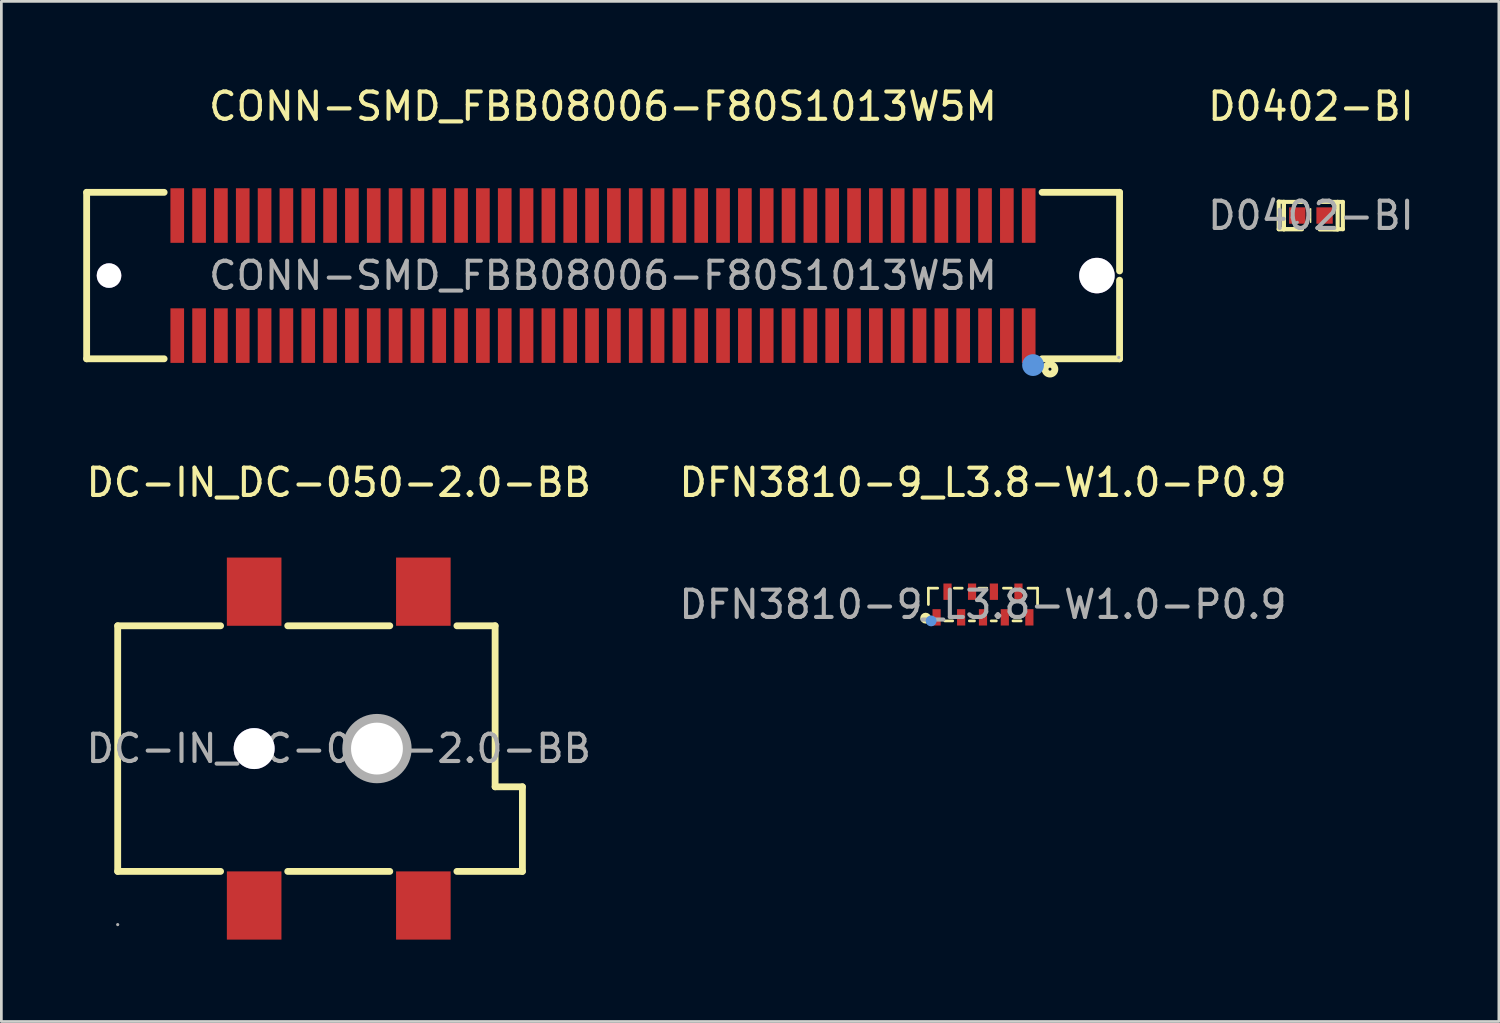
<source format=kicad_pcb>
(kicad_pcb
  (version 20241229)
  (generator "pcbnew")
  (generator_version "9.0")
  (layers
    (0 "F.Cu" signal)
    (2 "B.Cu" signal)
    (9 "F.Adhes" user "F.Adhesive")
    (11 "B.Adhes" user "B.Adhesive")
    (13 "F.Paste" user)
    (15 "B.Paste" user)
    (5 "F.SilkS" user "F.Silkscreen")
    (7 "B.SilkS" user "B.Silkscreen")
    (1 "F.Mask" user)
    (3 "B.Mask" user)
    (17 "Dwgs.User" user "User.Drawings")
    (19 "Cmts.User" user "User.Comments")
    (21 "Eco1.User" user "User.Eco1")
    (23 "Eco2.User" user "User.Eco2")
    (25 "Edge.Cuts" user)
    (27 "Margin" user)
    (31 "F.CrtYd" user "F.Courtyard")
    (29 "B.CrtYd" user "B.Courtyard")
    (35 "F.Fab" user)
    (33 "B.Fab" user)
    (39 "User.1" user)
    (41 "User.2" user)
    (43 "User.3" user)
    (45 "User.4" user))
  (footprint "DFN3810-9_L3.8-W1.0-P0.9"
    (layer "F.Cu")
    (at 32.97 19.102)
    (property "Reference" "DFN3810-9_L3.8-W1.0-P0.9" (at 0 -4.47 0) (layer "F.SilkS") (effects (font (size 1 1) (thickness 0.15))))
    (attr smd)
    (fp_line (start -2 -0.6) (end -1.66 -0.6) (stroke (width 0.1) (type solid)) (layer "F.SilkS"))
    (fp_line (start -2 0) (end -2 -0.6) (stroke (width 0.1) (type solid)) (layer "F.SilkS"))
    (fp_line (start -1.4 0.6) (end -1.11 0.6) (stroke (width 0.1) (type solid)) (layer "F.SilkS"))
    (fp_line (start -1.05 -0.6) (end -0.76 -0.6) (stroke (width 0.1) (type solid)) (layer "F.SilkS"))
    (fp_line (start -0.5 0.6) (end -0.31 0.6) (stroke (width 0.1) (type solid)) (layer "F.SilkS"))
    (fp_line (start -0.15 -0.6) (end 0.14 -0.6) (stroke (width 0.1) (type solid)) (layer "F.SilkS"))
    (fp_line (start 0.3 0.6) (end 0.49 0.6) (stroke (width 0.1) (type solid)) (layer "F.SilkS"))
    (fp_line (start 0.75 -0.6) (end 1.04 -0.6) (stroke (width 0.1) (type solid)) (layer "F.SilkS"))
    (fp_line (start 1.1 0.6) (end 1.4 0.6) (stroke (width 0.1) (type solid)) (layer "F.SilkS"))
    (fp_line (start 1.65 -0.6) (end 2 -0.6) (stroke (width 0.1) (type solid)) (layer "F.SilkS"))
    (fp_line (start 2 -0.6) (end 2 0) (stroke (width 0.1) (type solid)) (layer "F.SilkS"))
    (fp_circle (center -2.1 0.5) (end -2 0.5) (stroke (width 0.2) (type solid)) (fill no) (layer "F.SilkS"))
    (fp_circle (center -1.9 0.6) (end -1.8 0.6) (stroke (width 0.2) (type solid)) (fill no) (layer "Cmts.User"))
    (fp_circle (center -1.93 0.52) (end -1.9 0.52) (stroke (width 0.06) (type solid)) (fill no) (layer "F.Fab"))
    (fp_text user "${REFERENCE}" (at 0 0 0) (layer "F.Fab") (effects (font (size 1 1) (thickness 0.15))))
    (pad "1" smd rect (at -1.7 0.47) (size 0.3 0.6) (layers "F.Cu" "F.Mask" "F.Paste"))
    (pad "2" smd rect (at -0.8 0.47) (size 0.3 0.6) (layers "F.Cu" "F.Mask" "F.Paste"))
    (pad "3" smd rect (at 0 0.47) (size 0.3 0.6) (layers "F.Cu" "F.Mask" "F.Paste"))
    (pad "4" smd rect (at 0.8 0.47) (size 0.3 0.6) (layers "F.Cu" "F.Mask" "F.Paste"))
    (pad "5" smd rect (at 1.7 0.47) (size 0.3 0.6) (layers "F.Cu" "F.Mask" "F.Paste"))
    (pad "6" smd rect (at 1.3 -0.47) (size 0.3 0.6) (layers "F.Cu" "F.Mask" "F.Paste"))
    (pad "7" smd rect (at 0.4 -0.47) (size 0.3 0.6) (layers "F.Cu" "F.Mask" "F.Paste"))
    (pad "8" smd rect (at -0.4 -0.47) (size 0.3 0.6) (layers "F.Cu" "F.Mask" "F.Paste"))
    (pad "9" smd rect (at -1.3 -0.47) (size 0.3 0.6) (layers "F.Cu" "F.Mask" "F.Paste")))
  (footprint "CONN-SMD_FBB08006-F80S1013W5M"
    (layer "F.Cu")
    (at 19.045 7.048)
    (property "Reference" "CONN-SMD_FBB08006-F80S1013W5M" (at 0 -6.2 0) (layer "F.SilkS") (effects (font (size 1 1) (thickness 0.15))))
    (attr through_hole)
    (fp_line (start -18.92 -3.05) (end -16.08 -3.05) (stroke (width 0.25) (type solid)) (layer "F.SilkS"))
    (fp_line (start -18.92 3.05) (end -18.92 -3.05) (stroke (width 0.25) (type solid)) (layer "F.SilkS"))
    (fp_line (start -16.08 3.05) (end -18.92 3.05) (stroke (width 0.25) (type solid)) (layer "F.SilkS"))
    (fp_line (start 16.09 -3.05) (end 18.93 -3.05) (stroke (width 0.25) (type solid)) (layer "F.SilkS"))
    (fp_line (start 18.93 -3.05) (end 18.93 -0.17) (stroke (width 0.25) (type solid)) (layer "F.SilkS"))
    (fp_line (start 18.93 0.17) (end 18.93 3.05) (stroke (width 0.25) (type solid)) (layer "F.SilkS"))
    (fp_line (start 18.93 3.05) (end 16.09 3.05) (stroke (width 0.25) (type solid)) (layer "F.SilkS"))
    (fp_circle (center 16.38 3.43) (end 16.2 3.43) (stroke (width 0.25) (type solid)) (fill no) (layer "F.SilkS"))
    (fp_circle (center -18.1 0) (end -18.28 0) (stroke (width 0.35) (type solid)) (fill no) (layer "Cmts.User"))
    (fp_circle (center 15.76 3.28) (end 15.56 3.28) (stroke (width 0.4) (type solid)) (fill no) (layer "Cmts.User"))
    (fp_circle (center 18.1 0) (end 17.82 0) (stroke (width 0.55) (type solid)) (fill no) (layer "Cmts.User"))
    (fp_circle (center 18.9 3) (end 18.87 3) (stroke (width 0.06) (type solid)) (fill no) (layer "F.Fab"))
    (fp_text user "${REFERENCE}" (at 0 0 0) (layer "F.Fab") (effects (font (size 1 1) (thickness 0.15))))
    (pad "" thru_hole circle (at -18.1 0) (size 0.9 0.9) (drill 0.9) (layers "*.Cu" "*.Mask"))
    (pad "" thru_hole circle (at 18.1 0) (size 1.3 1.3) (drill 1.3) (layers "*.Cu" "*.Mask"))
    (pad "1" smd rect (at 15.6 2.2 180) (size 0.5 2) (layers "F.Cu" "F.Mask" "F.Paste"))
    (pad "2" smd rect (at 15.6 -2.2 180) (size 0.5 2) (layers "F.Cu" "F.Mask" "F.Paste"))
    (pad "3" smd rect (at 14.8 2.2 180) (size 0.5 2) (layers "F.Cu" "F.Mask" "F.Paste"))
    (pad "4" smd rect (at 14.8 -2.2 180) (size 0.5 2) (layers "F.Cu" "F.Mask" "F.Paste"))
    (pad "5" smd rect (at 14 2.2 180) (size 0.5 2) (layers "F.Cu" "F.Mask" "F.Paste"))
    (pad "6" smd rect (at 14 -2.2 180) (size 0.5 2) (layers "F.Cu" "F.Mask" "F.Paste"))
    (pad "7" smd rect (at 13.2 2.2 180) (size 0.5 2) (layers "F.Cu" "F.Mask" "F.Paste"))
    (pad "8" smd rect (at 13.2 -2.2 180) (size 0.5 2) (layers "F.Cu" "F.Mask" "F.Paste"))
    (pad "9" smd rect (at 12.4 2.2 180) (size 0.5 2) (layers "F.Cu" "F.Mask" "F.Paste"))
    (pad "10" smd rect (at 12.4 -2.2 180) (size 0.5 2) (layers "F.Cu" "F.Mask" "F.Paste"))
    (pad "11" smd rect (at 11.6 2.2 180) (size 0.5 2) (layers "F.Cu" "F.Mask" "F.Paste"))
    (pad "12" smd rect (at 11.6 -2.2 180) (size 0.5 2) (layers "F.Cu" "F.Mask" "F.Paste"))
    (pad "13" smd rect (at 10.8 2.2 180) (size 0.5 2) (layers "F.Cu" "F.Mask" "F.Paste"))
    (pad "14" smd rect (at 10.8 -2.2 180) (size 0.5 2) (layers "F.Cu" "F.Mask" "F.Paste"))
    (pad "15" smd rect (at 10 2.2 180) (size 0.5 2) (layers "F.Cu" "F.Mask" "F.Paste"))
    (pad "16" smd rect (at 10 -2.2 180) (size 0.5 2) (layers "F.Cu" "F.Mask" "F.Paste"))
    (pad "17" smd rect (at 9.2 2.2 180) (size 0.5 2) (layers "F.Cu" "F.Mask" "F.Paste"))
    (pad "18" smd rect (at 9.2 -2.2 180) (size 0.5 2) (layers "F.Cu" "F.Mask" "F.Paste"))
    (pad "19" smd rect (at 8.4 2.2 180) (size 0.5 2) (layers "F.Cu" "F.Mask" "F.Paste"))
    (pad "20" smd rect (at 8.4 -2.2 180) (size 0.5 2) (layers "F.Cu" "F.Mask" "F.Paste"))
    (pad "21" smd rect (at 7.6 2.2 180) (size 0.5 2) (layers "F.Cu" "F.Mask" "F.Paste"))
    (pad "22" smd rect (at 7.6 -2.2 180) (size 0.5 2) (layers "F.Cu" "F.Mask" "F.Paste"))
    (pad "23" smd rect (at 6.8 2.2 180) (size 0.5 2) (layers "F.Cu" "F.Mask" "F.Paste"))
    (pad "24" smd rect (at 6.8 -2.2 180) (size 0.5 2) (layers "F.Cu" "F.Mask" "F.Paste"))
    (pad "25" smd rect (at 6 2.2 180) (size 0.5 2) (layers "F.Cu" "F.Mask" "F.Paste"))
    (pad "26" smd rect (at 6 -2.2 180) (size 0.5 2) (layers "F.Cu" "F.Mask" "F.Paste"))
    (pad "27" smd rect (at 5.2 2.2 180) (size 0.5 2) (layers "F.Cu" "F.Mask" "F.Paste"))
    (pad "28" smd rect (at 5.2 -2.2 180) (size 0.5 2) (layers "F.Cu" "F.Mask" "F.Paste"))
    (pad "29" smd rect (at 4.4 2.2 180) (size 0.5 2) (layers "F.Cu" "F.Mask" "F.Paste"))
    (pad "30" smd rect (at 4.4 -2.2 180) (size 0.5 2) (layers "F.Cu" "F.Mask" "F.Paste"))
    (pad "31" smd rect (at 3.6 2.2 180) (size 0.5 2) (layers "F.Cu" "F.Mask" "F.Paste"))
    (pad "32" smd rect (at 3.6 -2.2 180) (size 0.5 2) (layers "F.Cu" "F.Mask" "F.Paste"))
    (pad "33" smd rect (at 2.8 2.2 180) (size 0.5 2) (layers "F.Cu" "F.Mask" "F.Paste"))
    (pad "34" smd rect (at 2.8 -2.2 180) (size 0.5 2) (layers "F.Cu" "F.Mask" "F.Paste"))
    (pad "35" smd rect (at 2 2.2 180) (size 0.5 2) (layers "F.Cu" "F.Mask" "F.Paste"))
    (pad "36" smd rect (at 2 -2.2 180) (size 0.5 2) (layers "F.Cu" "F.Mask" "F.Paste"))
    (pad "37" smd rect (at 1.2 2.2 180) (size 0.5 2) (layers "F.Cu" "F.Mask" "F.Paste"))
    (pad "38" smd rect (at 1.2 -2.2 180) (size 0.5 2) (layers "F.Cu" "F.Mask" "F.Paste"))
    (pad "39" smd rect (at 0.4 2.2 180) (size 0.5 2) (layers "F.Cu" "F.Mask" "F.Paste"))
    (pad "40" smd rect (at 0.4 -2.2 180) (size 0.5 2) (layers "F.Cu" "F.Mask" "F.Paste"))
    (pad "41" smd rect (at -0.4 2.2 180) (size 0.5 2) (layers "F.Cu" "F.Mask" "F.Paste"))
    (pad "42" smd rect (at -0.4 -2.2 180) (size 0.5 2) (layers "F.Cu" "F.Mask" "F.Paste"))
    (pad "43" smd rect (at -1.2 2.2 180) (size 0.5 2) (layers "F.Cu" "F.Mask" "F.Paste"))
    (pad "44" smd rect (at -1.2 -2.2 180) (size 0.5 2) (layers "F.Cu" "F.Mask" "F.Paste"))
    (pad "45" smd rect (at -2 2.2 180) (size 0.5 2) (layers "F.Cu" "F.Mask" "F.Paste"))
    (pad "46" smd rect (at -2 -2.2 180) (size 0.5 2) (layers "F.Cu" "F.Mask" "F.Paste"))
    (pad "47" smd rect (at -2.8 2.2 180) (size 0.5 2) (layers "F.Cu" "F.Mask" "F.Paste"))
    (pad "48" smd rect (at -2.8 -2.2 180) (size 0.5 2) (layers "F.Cu" "F.Mask" "F.Paste"))
    (pad "49" smd rect (at -3.6 2.2 180) (size 0.5 2) (layers "F.Cu" "F.Mask" "F.Paste"))
    (pad "50" smd rect (at -3.6 -2.2 180) (size 0.5 2) (layers "F.Cu" "F.Mask" "F.Paste"))
    (pad "51" smd rect (at -4.4 2.2 180) (size 0.5 2) (layers "F.Cu" "F.Mask" "F.Paste"))
    (pad "52" smd rect (at -4.4 -2.2 180) (size 0.5 2) (layers "F.Cu" "F.Mask" "F.Paste"))
    (pad "53" smd rect (at -5.2 2.2 180) (size 0.5 2) (layers "F.Cu" "F.Mask" "F.Paste"))
    (pad "54" smd rect (at -5.2 -2.2 180) (size 0.5 2) (layers "F.Cu" "F.Mask" "F.Paste"))
    (pad "55" smd rect (at -6 2.2 180) (size 0.5 2) (layers "F.Cu" "F.Mask" "F.Paste"))
    (pad "56" smd rect (at -6 -2.2 180) (size 0.5 2) (layers "F.Cu" "F.Mask" "F.Paste"))
    (pad "57" smd rect (at -6.8 2.2 180) (size 0.5 2) (layers "F.Cu" "F.Mask" "F.Paste"))
    (pad "58" smd rect (at -6.8 -2.2 180) (size 0.5 2) (layers "F.Cu" "F.Mask" "F.Paste"))
    (pad "59" smd rect (at -7.6 2.2 180) (size 0.5 2) (layers "F.Cu" "F.Mask" "F.Paste"))
    (pad "60" smd rect (at -7.6 -2.2 180) (size 0.5 2) (layers "F.Cu" "F.Mask" "F.Paste"))
    (pad "61" smd rect (at -8.4 2.2 180) (size 0.5 2) (layers "F.Cu" "F.Mask" "F.Paste"))
    (pad "62" smd rect (at -8.4 -2.2 180) (size 0.5 2) (layers "F.Cu" "F.Mask" "F.Paste"))
    (pad "63" smd rect (at -9.2 2.2 180) (size 0.5 2) (layers "F.Cu" "F.Mask" "F.Paste"))
    (pad "64" smd rect (at -9.2 -2.2 180) (size 0.5 2) (layers "F.Cu" "F.Mask" "F.Paste"))
    (pad "65" smd rect (at -10 2.2 180) (size 0.5 2) (layers "F.Cu" "F.Mask" "F.Paste"))
    (pad "66" smd rect (at -10 -2.2 180) (size 0.5 2) (layers "F.Cu" "F.Mask" "F.Paste"))
    (pad "67" smd rect (at -10.8 2.2 180) (size 0.5 2) (layers "F.Cu" "F.Mask" "F.Paste"))
    (pad "68" smd rect (at -10.8 -2.2 180) (size 0.5 2) (layers "F.Cu" "F.Mask" "F.Paste"))
    (pad "69" smd rect (at -11.6 2.2 180) (size 0.5 2) (layers "F.Cu" "F.Mask" "F.Paste"))
    (pad "70" smd rect (at -11.6 -2.2 180) (size 0.5 2) (layers "F.Cu" "F.Mask" "F.Paste"))
    (pad "71" smd rect (at -12.4 2.2 180) (size 0.5 2) (layers "F.Cu" "F.Mask" "F.Paste"))
    (pad "72" smd rect (at -12.4 -2.2 180) (size 0.5 2) (layers "F.Cu" "F.Mask" "F.Paste"))
    (pad "73" smd rect (at -13.2 2.2 180) (size 0.5 2) (layers "F.Cu" "F.Mask" "F.Paste"))
    (pad "74" smd rect (at -13.2 -2.2 180) (size 0.5 2) (layers "F.Cu" "F.Mask" "F.Paste"))
    (pad "75" smd rect (at -14 2.2 180) (size 0.5 2) (layers "F.Cu" "F.Mask" "F.Paste"))
    (pad "76" smd rect (at -14 -2.2 180) (size 0.5 2) (layers "F.Cu" "F.Mask" "F.Paste"))
    (pad "77" smd rect (at -14.8 2.2 180) (size 0.5 2) (layers "F.Cu" "F.Mask" "F.Paste"))
    (pad "78" smd rect (at -14.8 -2.2 180) (size 0.5 2) (layers "F.Cu" "F.Mask" "F.Paste"))
    (pad "79" smd rect (at -15.6 2.2 180) (size 0.5 2) (layers "F.Cu" "F.Mask" "F.Paste"))
    (pad "80" smd rect (at -15.6 -2.2 180) (size 0.5 2) (layers "F.Cu" "F.Mask" "F.Paste")))
  (footprint "D0402-BI"
    (layer "F.Cu")
    (at 44.987 4.848)
    (property "Reference" "D0402-BI" (at 0 -4 0) (layer "F.SilkS") (effects (font (size 1 1) (thickness 0.15))))
    (attr through_hole)
    (fp_line (start -1.18 -0.51) (end -0.99 -0.5) (stroke (width 0.15) (type solid)) (layer "F.SilkS"))
    (fp_line (start -1.18 0.5) (end -1.18 -0.51) (stroke (width 0.15) (type solid)) (layer "F.SilkS"))
    (fp_line (start -0.99 -0.5) (end -0.99 0.5) (stroke (width 0.15) (type solid)) (layer "F.SilkS"))
    (fp_line (start -0.99 -0.5) (end -0.99 0.5) (stroke (width 0.15) (type solid)) (layer "F.SilkS"))
    (fp_line (start -0.99 0.5) (end -1.17 0.5) (stroke (width 0.15) (type solid)) (layer "F.SilkS"))
    (fp_line (start -0.99 0.5) (end -0.33 0.5) (stroke (width 0.15) (type solid)) (layer "F.SilkS"))
    (fp_line (start -0.99 0.5) (end -0.33 0.5) (stroke (width 0.15) (type solid)) (layer "F.SilkS"))
    (fp_line (start -0.98 0.5) (end -1.18 0.5) (stroke (width 0.15) (type solid)) (layer "F.SilkS"))
    (fp_line (start -0.33 -0.5) (end -0.99 -0.5) (stroke (width 0.15) (type solid)) (layer "F.SilkS"))
    (fp_line (start -0.01 -0.25) (end -0.01 0.25) (stroke (width 0.05) (type solid)) (layer "F.SilkS"))
    (fp_line (start 0.32 0.51) (end 0.98 0.51) (stroke (width 0.15) (type solid)) (layer "F.SilkS"))
    (fp_line (start 0.98 -0.5) (end 0.32 -0.5) (stroke (width 0.15) (type solid)) (layer "F.SilkS"))
    (fp_line (start 0.98 -0.5) (end 1.17 -0.5) (stroke (width 0.15) (type solid)) (layer "F.SilkS"))
    (fp_line (start 0.98 0.51) (end 0.98 -0.5) (stroke (width 0.15) (type solid)) (layer "F.SilkS"))
    (fp_line (start 1.17 -0.5) (end 1.17 0.5) (stroke (width 0.15) (type solid)) (layer "F.SilkS"))
    (fp_line (start 1.17 0.5) (end 0.84 0.5) (stroke (width 0.15) (type solid)) (layer "F.SilkS"))
    (fp_circle (center -0.5 0.25) (end -0.47 0.25) (stroke (width 0.06) (type solid)) (fill no) (layer "F.Fab"))
    (fp_text user "${REFERENCE}" (at 0 0 0) (layer "F.Fab") (effects (font (size 1 1) (thickness 0.15))))
    (pad "1" smd rect (at -0.5 0) (size 0.6 0.6) (layers "F.Cu" "F.Mask" "F.Paste"))
    (pad "2" smd rect (at 0.5 0) (size 0.6 0.6) (layers "F.Cu" "F.Mask" "F.Paste")))
  (footprint "DC-IN_DC-050-2.0-BB"
    (layer "F.Cu")
    (at 9.363 24.381)
    (property "Reference" "DC-IN_DC-050-2.0-BB" (at 0 -9.75 0) (layer "F.SilkS") (effects (font (size 1 1) (thickness 0.15))))
    (attr smd)
    (fp_line (start -8.1 -4.5) (end -8.1 4.5) (stroke (width 0.25) (type solid)) (layer "F.SilkS"))
    (fp_line (start -8.1 -4.5) (end -4.33 -4.5) (stroke (width 0.25) (type solid)) (layer "F.SilkS"))
    (fp_line (start -8.1 4.5) (end -4.33 4.5) (stroke (width 0.25) (type solid)) (layer "F.SilkS"))
    (fp_line (start -1.87 -4.5) (end 1.87 -4.5) (stroke (width 0.25) (type solid)) (layer "F.SilkS"))
    (fp_line (start -1.87 4.5) (end 1.87 4.5) (stroke (width 0.25) (type solid)) (layer "F.SilkS"))
    (fp_line (start 4.33 4.5) (end 6.73 4.5) (stroke (width 0.25) (type solid)) (layer "F.SilkS"))
    (fp_line (start 5.73 -4.5) (end 4.33 -4.5) (stroke (width 0.25) (type solid)) (layer "F.SilkS"))
    (fp_line (start 5.73 1.4) (end 5.73 -4.5) (stroke (width 0.25) (type solid)) (layer "F.SilkS"))
    (fp_line (start 6.73 1.4) (end 5.73 1.4) (stroke (width 0.25) (type solid)) (layer "F.SilkS"))
    (fp_line (start 6.73 4.5) (end 6.73 1.4) (stroke (width 0.25) (type solid)) (layer "F.SilkS"))
    (fp_circle (center -3.1 0) (end -2.8 0) (stroke (width 0.6) (type solid)) (fill no) (layer "Cmts.User"))
    (fp_circle (center 1.4 0) (end 1.78 0) (stroke (width 0.75) (type solid)) (fill no) (layer "Cmts.User"))
    (fp_circle (center -8.1 6.45) (end -8.07 6.45) (stroke (width 0.06) (type solid)) (fill no) (layer "F.Fab"))
    (fp_circle (center -3.1 0) (end -2.77 0) (stroke (width 0.65) (type solid)) (fill no) (layer "F.Fab"))
    (fp_circle (center 1.4 0) (end 1.82 0) (stroke (width 0.85) (type solid)) (fill no) (layer "F.Fab"))
    (fp_text user "${REFERENCE}" (at 0 0 0) (layer "F.Fab") (effects (font (size 1 1) (thickness 0.15))))
    (pad "" thru_hole circle (at -3.1 0) (size 1.5 1.5) (drill 1.5) (layers "*.Cu" "*.Mask"))
    (pad "" thru_hole circle (at 1.4 0) (size 1.9 1.9) (drill 1.9) (layers "*.Cu" "*.Mask"))
    (pad "3" smd rect (at -3.1 5.75) (size 2 2.5) (layers "F.Cu" "F.Mask" "F.Paste"))
    (pad "4" smd rect (at 3.1 5.75) (size 2 2.5) (layers "F.Cu" "F.Mask" "F.Paste"))
    (pad "5" smd rect (at -3.1 -5.75) (size 2 2.5) (layers "F.Cu" "F.Mask" "F.Paste"))
    (pad "5" smd rect (at 3.1 -5.75) (size 2 2.5) (layers "F.Cu" "F.Mask" "F.Paste")))
  (gr_rect
    (start -3 -3)
    (end 51.874 34.382)
    (stroke (width 0.1) (type default))
    (fill no)
    (layer "Edge.Cuts")))
</source>
